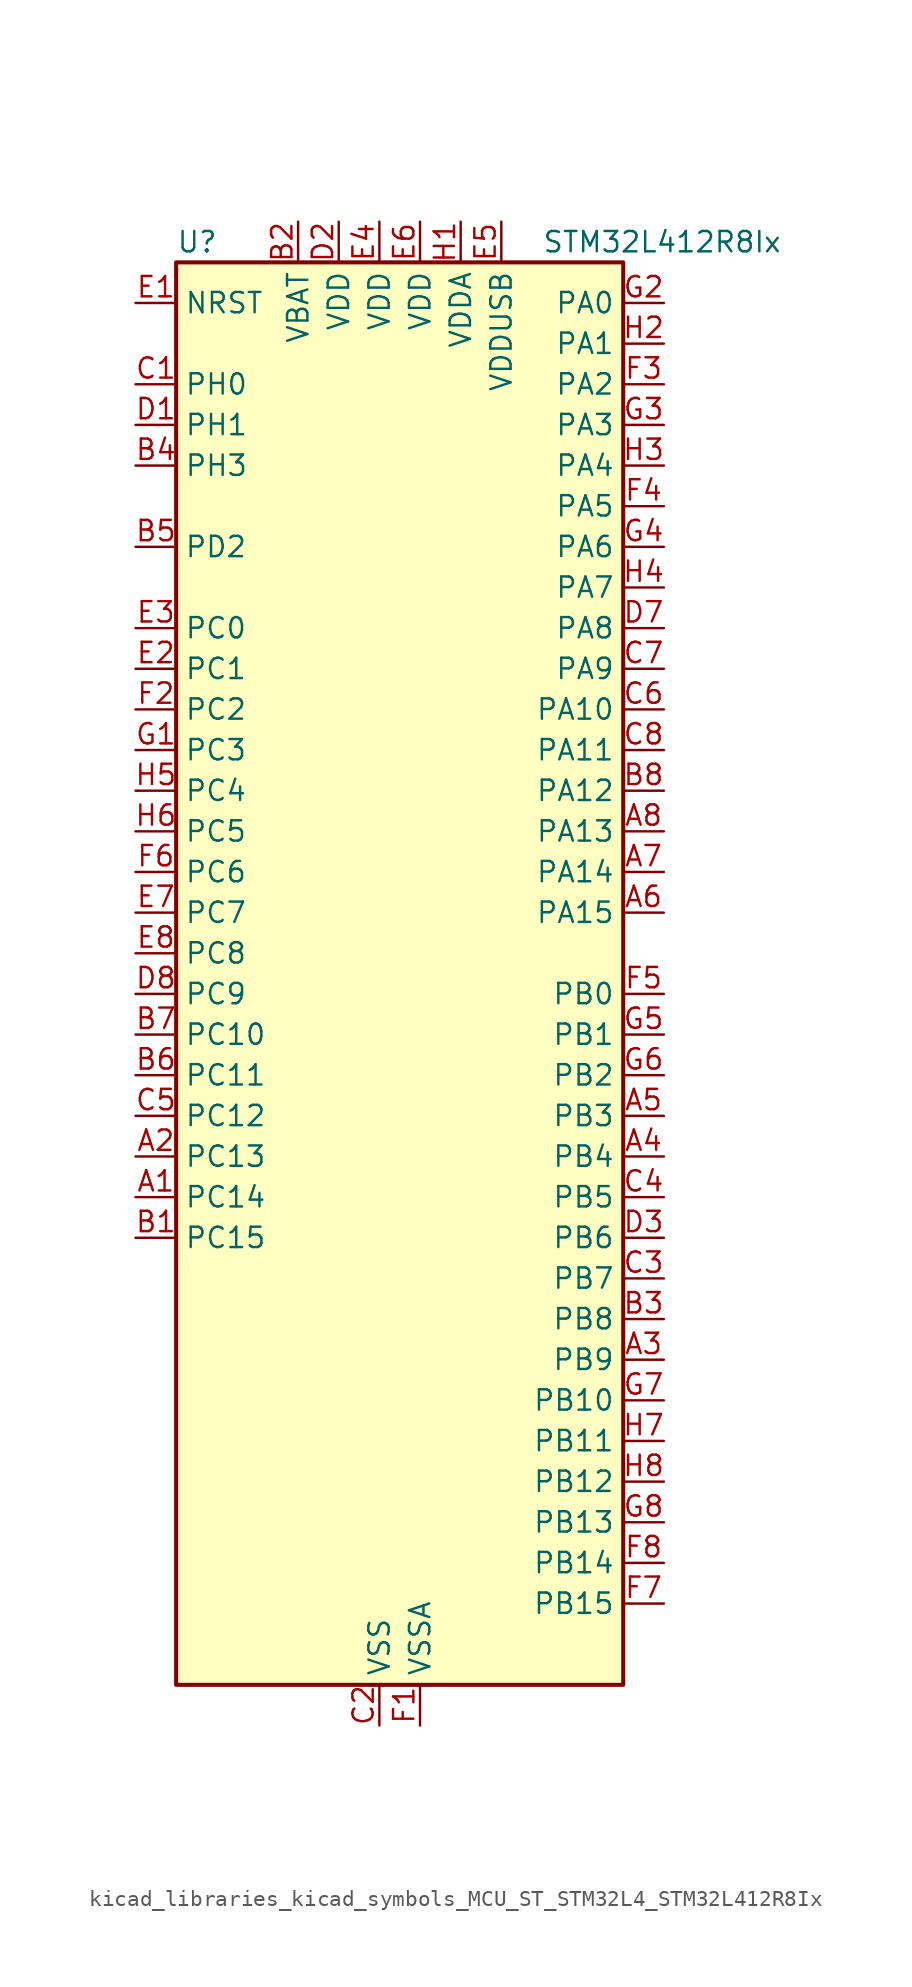
<source format=kicad_sym>
(kicad_symbol_lib
  (version 20220914)
  (generator kicad_symbol_editor)
  (symbol "kicad_libraries_kicad_symbols_MCU_ST_STM32L4_STM32L412R8Ix"
    (property "Reference" "U"
      (at -12.7 46.99 0)
      (effects (font (size 1.27 1.27)) (justify left)))
    (property "Value" "STM32L412R8Ix"
      (at 10.16 46.99 0)
      (effects (font (size 1.27 1.27)) (justify left)))
    (property "ki_locked" ""
      (at 0 0 0)
      (effects (font (size 1.27 1.27))))
    (symbol "kicad_libraries_kicad_symbols_MCU_ST_STM32L4_STM32L412R8Ix_0_1"
      (rectangle (start -12.7 -43.18) (end 15.24 45.72) (stroke (width 0.254) (type default)) (fill (type background))))
    (symbol "kicad_libraries_kicad_symbols_MCU_ST_STM32L4_STM32L412R8Ix_1_1"
      (pin bidirectional line (at -15.24 -12.7 0) (length 2.54) (name "PC14" (effects (font (size 1.27 1.27)))) (number "A1" (effects (font (size 1.27 1.27)))) (alternate "RCC_OSC32_IN" bidirectional line))
      (pin bidirectional line (at -15.24 -10.16 0) (length 2.54) (name "PC13" (effects (font (size 1.27 1.27)))) (number "A2" (effects (font (size 1.27 1.27)))) (alternate "RTC_OUT_ALARM" bidirectional line) (alternate "RTC_OUT_CALIB" bidirectional line) (alternate "RTC_TAMP1" bidirectional line) (alternate "RTC_TS" bidirectional line) (alternate "SYS_WKUP2" bidirectional line))
      (pin bidirectional line (at 17.78 -22.86 180) (length 2.54) (name "PB9" (effects (font (size 1.27 1.27)))) (number "A3" (effects (font (size 1.27 1.27)))) (alternate "I2C1_SDA" bidirectional line) (alternate "IR_OUT" bidirectional line) (alternate "SPI2_NSS" bidirectional line))
      (pin bidirectional line (at 17.78 -10.16 180) (length 2.54) (name "PB4" (effects (font (size 1.27 1.27)))) (number "A4" (effects (font (size 1.27 1.27)))) (alternate "I2C3_SDA" bidirectional line) (alternate "SPI1_MISO" bidirectional line) (alternate "SYS_JTRST" bidirectional line) (alternate "TSC_G2_IO1" bidirectional line) (alternate "USART1_CTS" bidirectional line))
      (pin bidirectional line (at 17.78 -7.62 180) (length 2.54) (name "PB3" (effects (font (size 1.27 1.27)))) (number "A5" (effects (font (size 1.27 1.27)))) (alternate "SPI1_SCK" bidirectional line) (alternate "SYS_JTDO-SWO" bidirectional line) (alternate "TIM2_CH2" bidirectional line) (alternate "USART1_DE" bidirectional line) (alternate "USART1_RTS" bidirectional line))
      (pin bidirectional line (at 17.78 5.08 180) (length 2.54) (name "PA15" (effects (font (size 1.27 1.27)))) (number "A6" (effects (font (size 1.27 1.27)))) (alternate "ADC1_EXTI15" bidirectional line) (alternate "ADC2_EXTI15" bidirectional line) (alternate "SPI1_NSS" bidirectional line) (alternate "SYS_JTDI" bidirectional line) (alternate "TIM2_CH1" bidirectional line) (alternate "TIM2_ETR" bidirectional line) (alternate "TSC_G3_IO1" bidirectional line) (alternate "USART2_RX" bidirectional line) (alternate "USART3_DE" bidirectional line) (alternate "USART3_RTS" bidirectional line))
      (pin bidirectional line (at 17.78 7.62 180) (length 2.54) (name "PA14" (effects (font (size 1.27 1.27)))) (number "A7" (effects (font (size 1.27 1.27)))) (alternate "I2C1_SMBA" bidirectional line) (alternate "LPTIM1_OUT" bidirectional line) (alternate "SYS_JTCK-SWCLK" bidirectional line))
      (pin bidirectional line (at 17.78 10.16 180) (length 2.54) (name "PA13" (effects (font (size 1.27 1.27)))) (number "A8" (effects (font (size 1.27 1.27)))) (alternate "IR_OUT" bidirectional line) (alternate "SYS_JTMS-SWDIO" bidirectional line) (alternate "USB_NOE" bidirectional line))
      (pin bidirectional line (at -15.24 -15.24 0) (length 2.54) (name "PC15" (effects (font (size 1.27 1.27)))) (number "B1" (effects (font (size 1.27 1.27)))) (alternate "ADC1_EXTI15" bidirectional line) (alternate "ADC2_EXTI15" bidirectional line) (alternate "RCC_OSC32_OUT" bidirectional line))
      (pin power_in line (at -5.08 48.26 270) (length 2.54) (name "VBAT" (effects (font (size 1.27 1.27)))) (number "B2" (effects (font (size 1.27 1.27)))))
      (pin bidirectional line (at 17.78 -20.32 180) (length 2.54) (name "PB8" (effects (font (size 1.27 1.27)))) (number "B3" (effects (font (size 1.27 1.27)))) (alternate "I2C1_SCL" bidirectional line) (alternate "TIM16_CH1" bidirectional line))
      (pin bidirectional line (at -15.24 33.02 0) (length 2.54) (name "PH3" (effects (font (size 1.27 1.27)))) (number "B4" (effects (font (size 1.27 1.27)))))
      (pin bidirectional line (at -15.24 27.94 0) (length 2.54) (name "PD2" (effects (font (size 1.27 1.27)))) (number "B5" (effects (font (size 1.27 1.27)))) (alternate "SYS_TRACED2" bidirectional line) (alternate "TSC_SYNC" bidirectional line) (alternate "USART3_DE" bidirectional line) (alternate "USART3_RTS" bidirectional line))
      (pin bidirectional line (at -15.24 -5.08 0) (length 2.54) (name "PC11" (effects (font (size 1.27 1.27)))) (number "B6" (effects (font (size 1.27 1.27)))) (alternate "ADC1_EXTI11" bidirectional line) (alternate "ADC2_EXTI11" bidirectional line) (alternate "TSC_G3_IO3" bidirectional line) (alternate "USART3_RX" bidirectional line))
      (pin bidirectional line (at -15.24 -2.54 0) (length 2.54) (name "PC10" (effects (font (size 1.27 1.27)))) (number "B7" (effects (font (size 1.27 1.27)))) (alternate "SYS_TRACED1" bidirectional line) (alternate "TSC_G3_IO2" bidirectional line) (alternate "USART3_TX" bidirectional line))
      (pin bidirectional line (at 17.78 12.7 180) (length 2.54) (name "PA12" (effects (font (size 1.27 1.27)))) (number "B8" (effects (font (size 1.27 1.27)))) (alternate "SPI1_MOSI" bidirectional line) (alternate "TIM1_ETR" bidirectional line) (alternate "USART1_DE" bidirectional line) (alternate "USART1_RTS" bidirectional line) (alternate "USB_DP" bidirectional line))
      (pin bidirectional line (at -15.24 38.1 0) (length 2.54) (name "PH0" (effects (font (size 1.27 1.27)))) (number "C1" (effects (font (size 1.27 1.27)))) (alternate "RCC_OSC_IN" bidirectional line))
      (pin power_in line (at 0 -45.72 90) (length 2.54) (name "VSS" (effects (font (size 1.27 1.27)))) (number "C2" (effects (font (size 1.27 1.27)))))
      (pin bidirectional line (at 17.78 -17.78 180) (length 2.54) (name "PB7" (effects (font (size 1.27 1.27)))) (number "C3" (effects (font (size 1.27 1.27)))) (alternate "I2C1_SDA" bidirectional line) (alternate "LPTIM1_IN2" bidirectional line) (alternate "SYS_PVD_IN" bidirectional line) (alternate "SYS_TRACECLK" bidirectional line) (alternate "TSC_G2_IO4" bidirectional line) (alternate "USART1_RX" bidirectional line))
      (pin bidirectional line (at 17.78 -12.7 180) (length 2.54) (name "PB5" (effects (font (size 1.27 1.27)))) (number "C4" (effects (font (size 1.27 1.27)))) (alternate "I2C1_SMBA" bidirectional line) (alternate "LPTIM1_IN1" bidirectional line) (alternate "SPI1_MOSI" bidirectional line) (alternate "SYS_TRACED2" bidirectional line) (alternate "TIM16_BKIN" bidirectional line) (alternate "TSC_G2_IO2" bidirectional line) (alternate "USART1_CK" bidirectional line))
      (pin bidirectional line (at -15.24 -7.62 0) (length 2.54) (name "PC12" (effects (font (size 1.27 1.27)))) (number "C5" (effects (font (size 1.27 1.27)))) (alternate "SYS_TRACED3" bidirectional line) (alternate "TSC_G3_IO4" bidirectional line) (alternate "USART3_CK" bidirectional line))
      (pin bidirectional line (at 17.78 17.78 180) (length 2.54) (name "PA10" (effects (font (size 1.27 1.27)))) (number "C6" (effects (font (size 1.27 1.27)))) (alternate "CRS_SYNC" bidirectional line) (alternate "I2C1_SDA" bidirectional line) (alternate "TIM1_CH3" bidirectional line) (alternate "USART1_RX" bidirectional line))
      (pin bidirectional line (at 17.78 20.32 180) (length 2.54) (name "PA9" (effects (font (size 1.27 1.27)))) (number "C7" (effects (font (size 1.27 1.27)))) (alternate "I2C1_SCL" bidirectional line) (alternate "TIM15_BKIN" bidirectional line) (alternate "TIM1_CH2" bidirectional line) (alternate "USART1_TX" bidirectional line))
      (pin bidirectional line (at 17.78 15.24 180) (length 2.54) (name "PA11" (effects (font (size 1.27 1.27)))) (number "C8" (effects (font (size 1.27 1.27)))) (alternate "ADC1_EXTI11" bidirectional line) (alternate "ADC2_EXTI11" bidirectional line) (alternate "COMP1_OUT" bidirectional line) (alternate "SPI1_MISO" bidirectional line) (alternate "TIM1_BKIN2" bidirectional line) (alternate "TIM1_BKIN2_COMP1" bidirectional line) (alternate "TIM1_CH4" bidirectional line) (alternate "USART1_CTS" bidirectional line) (alternate "USB_DM" bidirectional line))
      (pin bidirectional line (at -15.24 35.56 0) (length 2.54) (name "PH1" (effects (font (size 1.27 1.27)))) (number "D1" (effects (font (size 1.27 1.27)))) (alternate "RCC_OSC_OUT" bidirectional line))
      (pin power_in line (at -2.54 48.26 270) (length 2.54) (name "VDD" (effects (font (size 1.27 1.27)))) (number "D2" (effects (font (size 1.27 1.27)))))
      (pin bidirectional line (at 17.78 -15.24 180) (length 2.54) (name "PB6" (effects (font (size 1.27 1.27)))) (number "D3" (effects (font (size 1.27 1.27)))) (alternate "I2C1_SCL" bidirectional line) (alternate "LPTIM1_ETR" bidirectional line) (alternate "SYS_TRACED3" bidirectional line) (alternate "TIM16_CH1N" bidirectional line) (alternate "TSC_G2_IO3" bidirectional line) (alternate "USART1_TX" bidirectional line))
      (pin passive line (at 0 -45.72 90) (length 2.54) hide (name "VSS" (effects (font (size 1.27 1.27)))) (number "D4" (effects (font (size 1.27 1.27)))))
      (pin passive line (at 0 -45.72 90) (length 2.54) hide (name "VSS" (effects (font (size 1.27 1.27)))) (number "D5" (effects (font (size 1.27 1.27)))))
      (pin passive line (at 0 -45.72 90) (length 2.54) hide (name "VSS" (effects (font (size 1.27 1.27)))) (number "D6" (effects (font (size 1.27 1.27)))))
      (pin bidirectional line (at 17.78 22.86 180) (length 2.54) (name "PA8" (effects (font (size 1.27 1.27)))) (number "D7" (effects (font (size 1.27 1.27)))) (alternate "LPTIM2_OUT" bidirectional line) (alternate "RCC_MCO" bidirectional line) (alternate "TIM1_CH1" bidirectional line) (alternate "USART1_CK" bidirectional line))
      (pin bidirectional line (at -15.24 0 0) (length 2.54) (name "PC9" (effects (font (size 1.27 1.27)))) (number "D8" (effects (font (size 1.27 1.27)))) (alternate "TSC_G4_IO4" bidirectional line) (alternate "USB_NOE" bidirectional line))
      (pin input line (at -15.24 43.18 0) (length 2.54) (name "NRST" (effects (font (size 1.27 1.27)))) (number "E1" (effects (font (size 1.27 1.27)))))
      (pin bidirectional line (at -15.24 20.32 0) (length 2.54) (name "PC1" (effects (font (size 1.27 1.27)))) (number "E2" (effects (font (size 1.27 1.27)))) (alternate "ADC1_IN2" bidirectional line) (alternate "ADC2_IN2" bidirectional line) (alternate "I2C3_SDA" bidirectional line) (alternate "LPTIM1_OUT" bidirectional line) (alternate "LPUART1_TX" bidirectional line) (alternate "SYS_TRACED0" bidirectional line))
      (pin bidirectional line (at -15.24 22.86 0) (length 2.54) (name "PC0" (effects (font (size 1.27 1.27)))) (number "E3" (effects (font (size 1.27 1.27)))) (alternate "ADC1_IN1" bidirectional line) (alternate "ADC2_IN1" bidirectional line) (alternate "I2C3_SCL" bidirectional line) (alternate "LPTIM1_IN1" bidirectional line) (alternate "LPTIM2_IN1" bidirectional line) (alternate "LPUART1_RX" bidirectional line) (alternate "SYS_TRACECLK" bidirectional line))
      (pin power_in line (at 0 48.26 270) (length 2.54) (name "VDD" (effects (font (size 1.27 1.27)))) (number "E4" (effects (font (size 1.27 1.27)))))
      (pin power_in line (at 7.62 48.26 270) (length 2.54) (name "VDDUSB" (effects (font (size 1.27 1.27)))) (number "E5" (effects (font (size 1.27 1.27)))))
      (pin power_in line (at 2.54 48.26 270) (length 2.54) (name "VDD" (effects (font (size 1.27 1.27)))) (number "E6" (effects (font (size 1.27 1.27)))))
      (pin bidirectional line (at -15.24 5.08 0) (length 2.54) (name "PC7" (effects (font (size 1.27 1.27)))) (number "E7" (effects (font (size 1.27 1.27)))) (alternate "TSC_G4_IO2" bidirectional line))
      (pin bidirectional line (at -15.24 2.54 0) (length 2.54) (name "PC8" (effects (font (size 1.27 1.27)))) (number "E8" (effects (font (size 1.27 1.27)))) (alternate "TSC_G4_IO3" bidirectional line))
      (pin power_in line (at 2.54 -45.72 90) (length 2.54) (name "VSSA" (effects (font (size 1.27 1.27)))) (number "F1" (effects (font (size 1.27 1.27)))))
      (pin bidirectional line (at -15.24 17.78 0) (length 2.54) (name "PC2" (effects (font (size 1.27 1.27)))) (number "F2" (effects (font (size 1.27 1.27)))) (alternate "ADC1_IN3" bidirectional line) (alternate "ADC2_IN3" bidirectional line) (alternate "LPTIM1_IN2" bidirectional line) (alternate "SPI2_MISO" bidirectional line))
      (pin bidirectional line (at 17.78 38.1 180) (length 2.54) (name "PA2" (effects (font (size 1.27 1.27)))) (number "F3" (effects (font (size 1.27 1.27)))) (alternate "ADC1_IN7" bidirectional line) (alternate "ADC2_IN7" bidirectional line) (alternate "LPUART1_TX" bidirectional line) (alternate "QUADSPI_BK1_NCS" bidirectional line) (alternate "RCC_LSCO" bidirectional line) (alternate "SYS_WKUP4" bidirectional line) (alternate "TIM15_CH1" bidirectional line) (alternate "TIM2_CH3" bidirectional line) (alternate "USART2_TX" bidirectional line))
      (pin bidirectional line (at 17.78 30.48 180) (length 2.54) (name "PA5" (effects (font (size 1.27 1.27)))) (number "F4" (effects (font (size 1.27 1.27)))) (alternate "ADC1_IN10" bidirectional line) (alternate "ADC2_IN10" bidirectional line) (alternate "COMP1_INM" bidirectional line) (alternate "LPTIM2_ETR" bidirectional line) (alternate "SPI1_SCK" bidirectional line) (alternate "TIM2_CH1" bidirectional line) (alternate "TIM2_ETR" bidirectional line))
      (pin bidirectional line (at 17.78 0 180) (length 2.54) (name "PB0" (effects (font (size 1.27 1.27)))) (number "F5" (effects (font (size 1.27 1.27)))) (alternate "ADC1_IN15" bidirectional line) (alternate "ADC2_IN15" bidirectional line) (alternate "COMP1_OUT" bidirectional line) (alternate "QUADSPI_BK1_IO1" bidirectional line) (alternate "SPI1_NSS" bidirectional line) (alternate "SYS_TRACED0" bidirectional line) (alternate "TIM1_CH2N" bidirectional line) (alternate "USART3_CK" bidirectional line))
      (pin bidirectional line (at -15.24 7.62 0) (length 2.54) (name "PC6" (effects (font (size 1.27 1.27)))) (number "F6" (effects (font (size 1.27 1.27)))) (alternate "TSC_G4_IO1" bidirectional line))
      (pin bidirectional line (at 17.78 -38.1 180) (length 2.54) (name "PB15" (effects (font (size 1.27 1.27)))) (number "F7" (effects (font (size 1.27 1.27)))) (alternate "ADC1_EXTI15" bidirectional line) (alternate "ADC2_EXTI15" bidirectional line) (alternate "RTC_REFIN" bidirectional line) (alternate "SPI2_MOSI" bidirectional line) (alternate "TIM15_CH2" bidirectional line) (alternate "TIM1_CH3N" bidirectional line) (alternate "TSC_G1_IO4" bidirectional line))
      (pin bidirectional line (at 17.78 -35.56 180) (length 2.54) (name "PB14" (effects (font (size 1.27 1.27)))) (number "F8" (effects (font (size 1.27 1.27)))) (alternate "I2C2_SDA" bidirectional line) (alternate "SPI2_MISO" bidirectional line) (alternate "TIM15_CH1" bidirectional line) (alternate "TIM1_CH2N" bidirectional line) (alternate "TSC_G1_IO3" bidirectional line) (alternate "USART3_DE" bidirectional line) (alternate "USART3_RTS" bidirectional line))
      (pin bidirectional line (at -15.24 15.24 0) (length 2.54) (name "PC3" (effects (font (size 1.27 1.27)))) (number "G1" (effects (font (size 1.27 1.27)))) (alternate "ADC1_IN4" bidirectional line) (alternate "ADC2_IN4" bidirectional line) (alternate "LPTIM1_ETR" bidirectional line) (alternate "LPTIM2_ETR" bidirectional line) (alternate "SPI2_MOSI" bidirectional line))
      (pin bidirectional line (at 17.78 43.18 180) (length 2.54) (name "PA0" (effects (font (size 1.27 1.27)))) (number "G2" (effects (font (size 1.27 1.27)))) (alternate "ADC1_IN5" bidirectional line) (alternate "COMP1_INM" bidirectional line) (alternate "COMP1_OUT" bidirectional line) (alternate "OPAMP1_VINP" bidirectional line) (alternate "RTC_TAMP2" bidirectional line) (alternate "SYS_WKUP1" bidirectional line) (alternate "TIM2_CH1" bidirectional line) (alternate "TIM2_ETR" bidirectional line) (alternate "USART2_CTS" bidirectional line))
      (pin bidirectional line (at 17.78 35.56 180) (length 2.54) (name "PA3" (effects (font (size 1.27 1.27)))) (number "G3" (effects (font (size 1.27 1.27)))) (alternate "ADC1_IN8" bidirectional line) (alternate "ADC2_IN8" bidirectional line) (alternate "LPUART1_RX" bidirectional line) (alternate "OPAMP1_VOUT" bidirectional line) (alternate "QUADSPI_CLK" bidirectional line) (alternate "TIM15_CH2" bidirectional line) (alternate "TIM2_CH4" bidirectional line) (alternate "USART2_RX" bidirectional line))
      (pin bidirectional line (at 17.78 27.94 180) (length 2.54) (name "PA6" (effects (font (size 1.27 1.27)))) (number "G4" (effects (font (size 1.27 1.27)))) (alternate "ADC1_IN11" bidirectional line) (alternate "ADC2_IN11" bidirectional line) (alternate "COMP1_OUT" bidirectional line) (alternate "LPUART1_CTS" bidirectional line) (alternate "QUADSPI_BK1_IO3" bidirectional line) (alternate "SPI1_MISO" bidirectional line) (alternate "TIM16_CH1" bidirectional line) (alternate "TIM1_BKIN" bidirectional line) (alternate "USART3_CTS" bidirectional line))
      (pin bidirectional line (at 17.78 -2.54 180) (length 2.54) (name "PB1" (effects (font (size 1.27 1.27)))) (number "G5" (effects (font (size 1.27 1.27)))) (alternate "ADC1_IN16" bidirectional line) (alternate "ADC2_IN16" bidirectional line) (alternate "COMP1_INM" bidirectional line) (alternate "LPTIM2_IN1" bidirectional line) (alternate "LPUART1_DE" bidirectional line) (alternate "LPUART1_RTS" bidirectional line) (alternate "QUADSPI_BK1_IO0" bidirectional line) (alternate "SYS_TRACED1" bidirectional line) (alternate "TIM1_CH3N" bidirectional line) (alternate "USART3_DE" bidirectional line) (alternate "USART3_RTS" bidirectional line))
      (pin bidirectional line (at 17.78 -5.08 180) (length 2.54) (name "PB2" (effects (font (size 1.27 1.27)))) (number "G6" (effects (font (size 1.27 1.27)))) (alternate "COMP1_INP" bidirectional line) (alternate "I2C3_SMBA" bidirectional line) (alternate "LPTIM1_OUT" bidirectional line) (alternate "RTC_OUT_ALARM" bidirectional line) (alternate "RTC_OUT_CALIB" bidirectional line))
      (pin bidirectional line (at 17.78 -25.4 180) (length 2.54) (name "PB10" (effects (font (size 1.27 1.27)))) (number "G7" (effects (font (size 1.27 1.27)))) (alternate "COMP1_OUT" bidirectional line) (alternate "I2C2_SCL" bidirectional line) (alternate "LPUART1_RX" bidirectional line) (alternate "QUADSPI_CLK" bidirectional line) (alternate "SPI2_SCK" bidirectional line) (alternate "TIM2_CH3" bidirectional line) (alternate "TSC_SYNC" bidirectional line) (alternate "USART3_TX" bidirectional line))
      (pin bidirectional line (at 17.78 -33.02 180) (length 2.54) (name "PB13" (effects (font (size 1.27 1.27)))) (number "G8" (effects (font (size 1.27 1.27)))) (alternate "I2C2_SCL" bidirectional line) (alternate "LPUART1_CTS" bidirectional line) (alternate "SPI2_SCK" bidirectional line) (alternate "TIM15_CH1N" bidirectional line) (alternate "TIM1_CH1N" bidirectional line) (alternate "TSC_G1_IO2" bidirectional line) (alternate "USART3_CTS" bidirectional line))
      (pin power_in line (at 5.08 48.26 270) (length 2.54) (name "VDDA" (effects (font (size 1.27 1.27)))) (number "H1" (effects (font (size 1.27 1.27)))))
      (pin bidirectional line (at 17.78 40.64 180) (length 2.54) (name "PA1" (effects (font (size 1.27 1.27)))) (number "H2" (effects (font (size 1.27 1.27)))) (alternate "ADC1_IN6" bidirectional line) (alternate "COMP1_INP" bidirectional line) (alternate "I2C1_SMBA" bidirectional line) (alternate "OPAMP1_VINM" bidirectional line) (alternate "SPI1_SCK" bidirectional line) (alternate "TIM15_CH1N" bidirectional line) (alternate "TIM2_CH2" bidirectional line) (alternate "USART2_DE" bidirectional line) (alternate "USART2_RTS" bidirectional line))
      (pin bidirectional line (at 17.78 33.02 180) (length 2.54) (name "PA4" (effects (font (size 1.27 1.27)))) (number "H3" (effects (font (size 1.27 1.27)))) (alternate "ADC1_IN9" bidirectional line) (alternate "ADC2_IN9" bidirectional line) (alternate "COMP1_INM" bidirectional line) (alternate "LPTIM2_OUT" bidirectional line) (alternate "SPI1_NSS" bidirectional line) (alternate "USART2_CK" bidirectional line))
      (pin bidirectional line (at 17.78 25.4 180) (length 2.54) (name "PA7" (effects (font (size 1.27 1.27)))) (number "H4" (effects (font (size 1.27 1.27)))) (alternate "ADC1_IN12" bidirectional line) (alternate "ADC2_IN12" bidirectional line) (alternate "I2C3_SCL" bidirectional line) (alternate "QUADSPI_BK1_IO2" bidirectional line) (alternate "SPI1_MOSI" bidirectional line) (alternate "TIM1_CH1N" bidirectional line))
      (pin bidirectional line (at -15.24 12.7 0) (length 2.54) (name "PC4" (effects (font (size 1.27 1.27)))) (number "H5" (effects (font (size 1.27 1.27)))) (alternate "ADC1_IN13" bidirectional line) (alternate "ADC2_IN13" bidirectional line) (alternate "COMP1_INM" bidirectional line) (alternate "USART3_TX" bidirectional line))
      (pin bidirectional line (at -15.24 10.16 0) (length 2.54) (name "PC5" (effects (font (size 1.27 1.27)))) (number "H6" (effects (font (size 1.27 1.27)))) (alternate "ADC1_IN14" bidirectional line) (alternate "ADC2_IN14" bidirectional line) (alternate "COMP1_INP" bidirectional line) (alternate "SYS_WKUP5" bidirectional line) (alternate "USART3_RX" bidirectional line))
      (pin bidirectional line (at 17.78 -27.94 180) (length 2.54) (name "PB11" (effects (font (size 1.27 1.27)))) (number "H7" (effects (font (size 1.27 1.27)))) (alternate "ADC1_EXTI11" bidirectional line) (alternate "ADC2_EXTI11" bidirectional line) (alternate "I2C2_SDA" bidirectional line) (alternate "LPUART1_TX" bidirectional line) (alternate "QUADSPI_BK1_NCS" bidirectional line) (alternate "TIM2_CH4" bidirectional line) (alternate "USART3_RX" bidirectional line))
      (pin bidirectional line (at 17.78 -30.48 180) (length 2.54) (name "PB12" (effects (font (size 1.27 1.27)))) (number "H8" (effects (font (size 1.27 1.27)))) (alternate "I2C2_SMBA" bidirectional line) (alternate "LPUART1_DE" bidirectional line) (alternate "LPUART1_RTS" bidirectional line) (alternate "SPI2_NSS" bidirectional line) (alternate "TIM15_BKIN" bidirectional line) (alternate "TIM1_BKIN" bidirectional line) (alternate "TSC_G1_IO1" bidirectional line) (alternate "USART3_CK" bidirectional line)))))
</source>
